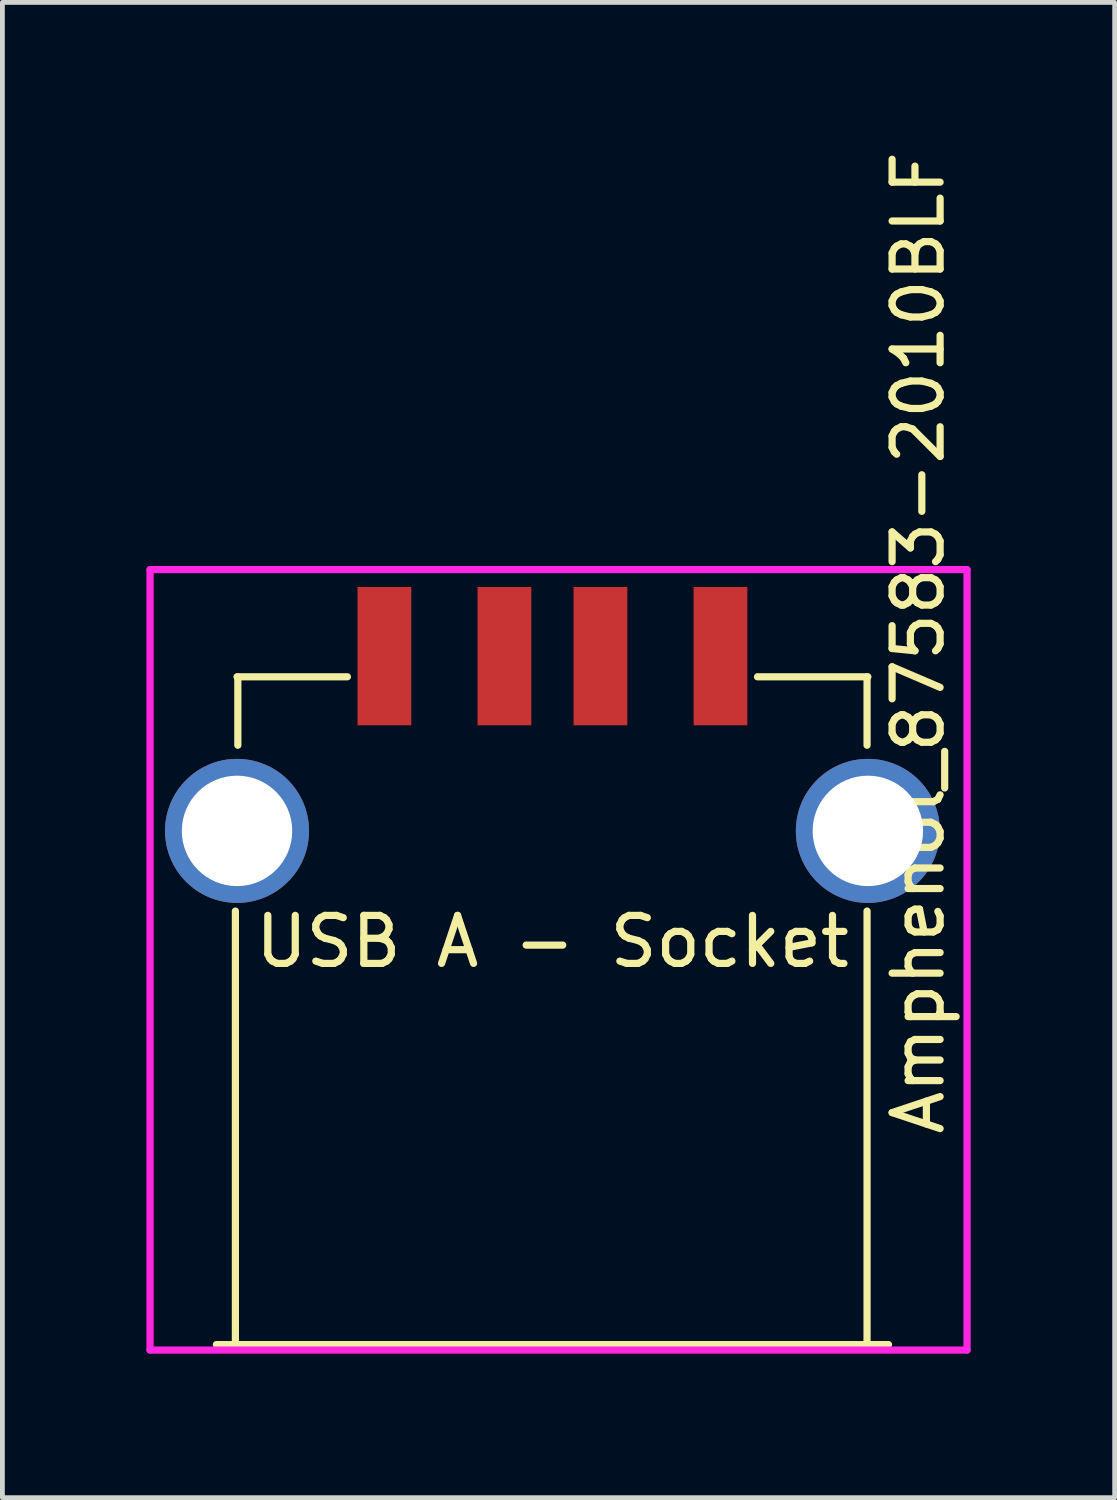
<source format=kicad_pcb>
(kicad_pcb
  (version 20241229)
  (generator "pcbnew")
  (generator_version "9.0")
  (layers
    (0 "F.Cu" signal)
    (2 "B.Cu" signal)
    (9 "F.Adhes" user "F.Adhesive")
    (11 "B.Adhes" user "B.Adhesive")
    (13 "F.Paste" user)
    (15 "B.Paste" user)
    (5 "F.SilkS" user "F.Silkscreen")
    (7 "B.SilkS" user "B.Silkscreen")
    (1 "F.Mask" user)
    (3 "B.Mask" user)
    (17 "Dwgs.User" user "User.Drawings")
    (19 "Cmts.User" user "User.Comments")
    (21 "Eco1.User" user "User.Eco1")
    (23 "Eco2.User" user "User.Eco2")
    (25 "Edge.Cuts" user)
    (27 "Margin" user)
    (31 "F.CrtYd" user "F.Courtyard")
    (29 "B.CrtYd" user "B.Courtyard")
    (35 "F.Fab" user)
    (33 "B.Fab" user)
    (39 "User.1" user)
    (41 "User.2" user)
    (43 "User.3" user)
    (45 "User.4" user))
  (footprint "Amphenol_87583-2010BLF"
    (layer "F.Cu")
    (at 8.457 12.117)
    (property "Reference" "Amphenol_87583-2010BLF" (at 7.62 -1.778 90) (layer "F.SilkS") (effects (font (size 1 1) (thickness 0.15))))
    (attr through_hole)
    (fp_line (start -7 12.84) (end 7 12.84) (stroke (width 0.15) (type solid)) (layer "F.SilkS"))
    (fp_line (start -6.604 3.81) (end -6.604 12.802) (stroke (width 0.15) (type solid)) (layer "F.SilkS"))
    (fp_line (start -6.57 -1.07) (end -4.271 -1.07) (stroke (width 0.15) (type solid)) (layer "F.SilkS"))
    (fp_line (start -6.57 12.84) (end 6.57 12.84) (stroke (width 0.15) (type solid)) (layer "F.SilkS"))
    (fp_line (start -6.553 -1.067) (end -6.553 0.356) (stroke (width 0.15) (type solid)) (layer "F.SilkS"))
    (fp_line (start 6.553 -1.067) (end 6.553 0.356) (stroke (width 0.15) (type solid)) (layer "F.SilkS"))
    (fp_line (start 6.553 3.81) (end 6.553 12.802) (stroke (width 0.15) (type solid)) (layer "F.SilkS"))
    (fp_line (start 6.57 -1.07) (end 4.271 -1.07) (stroke (width 0.15) (type solid)) (layer "F.SilkS"))
    (fp_line (start -8.382 -3.302) (end 8.636 -3.302) (stroke (width 0.15) (type solid)) (layer "F.CrtYd"))
    (fp_line (start -8.382 12.954) (end -8.382 -3.302) (stroke (width 0.15) (type solid)) (layer "F.CrtYd"))
    (fp_line (start 8.636 -3.302) (end 8.636 12.954) (stroke (width 0.15) (type solid)) (layer "F.CrtYd"))
    (fp_line (start 8.636 12.954) (end -8.382 12.954) (stroke (width 0.15) (type solid)) (layer "F.CrtYd"))
    (fp_text user "USB A - Socket" (at 0 4.445 0) (layer "F.SilkS") (effects (font (size 1 1) (thickness 0.15))))
    (pad "1" smd rect (at -3.5 -1.5) (size 1.12 2.88) (layers "F.Cu" "F.Mask" "F.Paste"))
    (pad "2" smd rect (at -1 -1.5) (size 1.12 2.88) (layers "F.Cu" "F.Mask" "F.Paste"))
    (pad "3" smd rect (at 1 -1.5) (size 1.12 2.88) (layers "F.Cu" "F.Mask" "F.Paste"))
    (pad "4" smd rect (at 3.5 -1.5) (size 1.12 2.88) (layers "F.Cu" "F.Mask" "F.Paste"))
    (pad "5" thru_hole circle (at -6.57 2.14) (size 3 3) (drill 2.3) (layers "*.Cu" "*.Mask"))
    (pad "5" thru_hole circle (at 6.57 2.14) (size 3 3) (drill 2.3) (layers "*.Cu" "*.Mask")))
  (gr_rect
    (start -3 -3)
    (end 20.168 28.146)
    (stroke (width 0.1) (type default))
    (fill no)
    (layer "Edge.Cuts")))
</source>
